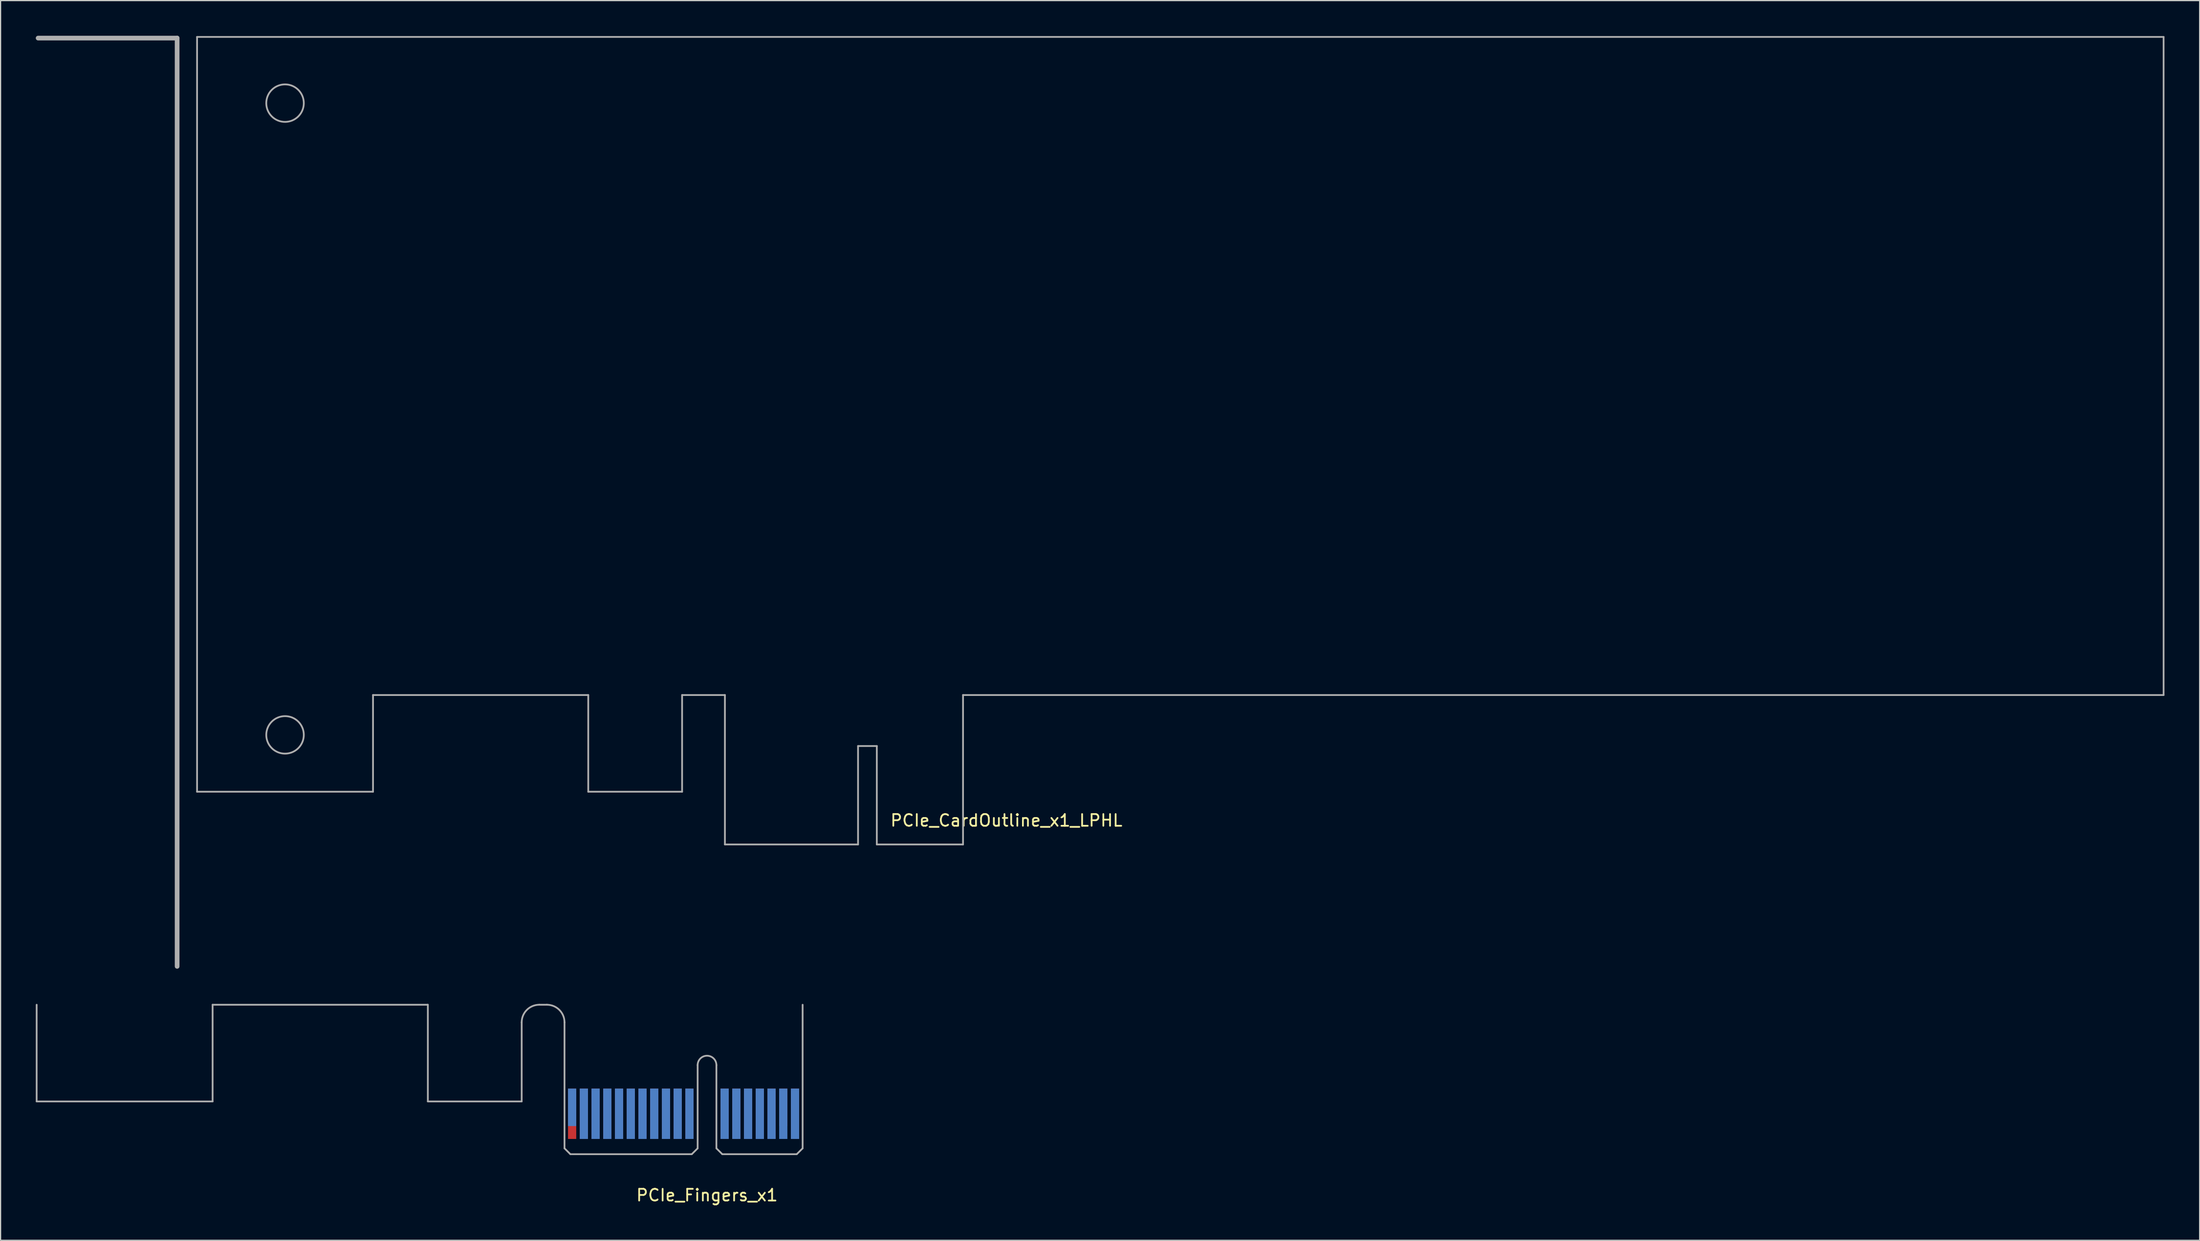
<source format=kicad_pcb>
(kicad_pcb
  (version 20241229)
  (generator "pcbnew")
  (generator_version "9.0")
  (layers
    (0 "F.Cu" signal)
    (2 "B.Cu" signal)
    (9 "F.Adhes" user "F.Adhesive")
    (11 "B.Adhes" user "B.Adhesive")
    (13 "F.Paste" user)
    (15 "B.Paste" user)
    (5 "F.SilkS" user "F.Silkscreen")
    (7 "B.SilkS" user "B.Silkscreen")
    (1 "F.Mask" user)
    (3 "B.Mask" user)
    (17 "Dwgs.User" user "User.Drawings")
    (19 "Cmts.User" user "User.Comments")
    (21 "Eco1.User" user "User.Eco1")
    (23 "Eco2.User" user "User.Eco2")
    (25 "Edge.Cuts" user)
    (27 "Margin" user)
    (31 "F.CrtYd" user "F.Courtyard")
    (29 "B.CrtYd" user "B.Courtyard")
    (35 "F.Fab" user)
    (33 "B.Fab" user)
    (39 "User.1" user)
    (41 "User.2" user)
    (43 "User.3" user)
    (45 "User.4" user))
  (footprint "PCIe_Fingers_x1"
    (layer "F.Cu")
    (at 57.225 95.425)
    (property "Reference" "PCIe_Fingers_x1" (at 0 3.5 0) (layer "F.SilkS") (effects (font (size 1 1) (thickness 0.15))))
    (attr through_hole)
    (fp_line (start -57.15 -4.5) (end -57.15 -12.75) (stroke (width 0.15) (type solid)) (layer "F.Fab"))
    (fp_line (start -57.15 -4.5) (end -42.15 -4.5) (stroke (width 0.15) (type solid)) (layer "F.Fab"))
    (fp_line (start -42.15 -12.75) (end -23.8 -12.75) (stroke (width 0.15) (type solid)) (layer "F.Fab"))
    (fp_line (start -42.15 -4.5) (end -42.15 -12.75) (stroke (width 0.15) (type solid)) (layer "F.Fab"))
    (fp_line (start -23.8 -12.75) (end -23.8 -4.5) (stroke (width 0.15) (type solid)) (layer "F.Fab"))
    (fp_line (start -23.8 -4.5) (end -15.8 -4.5) (stroke (width 0.15) (type solid)) (layer "F.Fab"))
    (fp_line (start -15.8 -4.5) (end -15.8 -11.25) (stroke (width 0.15) (type solid)) (layer "F.Fab"))
    (fp_line (start -14.3 -12.75) (end -13.65 -12.75) (stroke (width 0.15) (type solid)) (layer "F.Fab"))
    (fp_line (start -12.15 -11.25) (end -12.15 -0.5) (stroke (width 0.15) (type solid)) (layer "F.Fab"))
    (fp_line (start -12.15 -0.5) (end -11.65 0) (stroke (width 0.15) (type solid)) (layer "F.Fab"))
    (fp_line (start -11.65 0) (end -1.3 0) (stroke (width 0.15) (type solid)) (layer "F.Fab"))
    (fp_line (start -0.8 -7.6) (end -0.8 -0.5) (stroke (width 0.15) (type solid)) (layer "F.Fab"))
    (fp_line (start -0.8 -0.5) (end -1.3 0) (stroke (width 0.15) (type solid)) (layer "F.Fab"))
    (fp_line (start 0.8 -7.6) (end 0.8 -0.5) (stroke (width 0.15) (type solid)) (layer "F.Fab"))
    (fp_line (start 0.8 -0.5) (end 1.3 0) (stroke (width 0.15) (type solid)) (layer "F.Fab"))
    (fp_line (start 1.3 0) (end 7.65 0) (stroke (width 0.15) (type solid)) (layer "F.Fab"))
    (fp_line (start 7.65 0) (end 8.15 -0.5) (stroke (width 0.15) (type solid)) (layer "F.Fab"))
    (fp_line (start 8.15 -0.5) (end 8.15 -12.75) (stroke (width 0.15) (type solid)) (layer "F.Fab"))
    (fp_arc (start -15.8 -11.25) (mid -15.36066 -12.31066) (end -14.3 -12.75) (stroke (width 0.15) (type solid)) (layer "F.Fab"))
    (fp_arc (start -13.65 -12.75) (mid -12.58934 -12.31066) (end -12.15 -11.25) (stroke (width 0.15) (type solid)) (layer "F.Fab"))
    (fp_arc (start -0.8 -7.6) (mid 0 -8.4) (end 0.8 -7.6) (stroke (width 0.15) (type solid)) (layer "F.Fab"))
    (pad "" smd rect (at -2 -2.8) (size 20.3 5.6) (layers "*.Mask"))
    (pad "A1" smd rect (at -11.5 -4) (size 0.7 3.2) (layers "F.Mask" "B.Cu" "F.Paste"))
    (pad "A2" smd rect (at -10.5 -3.45) (size 0.7 4.3) (layers "F.Mask" "B.Cu" "F.Paste"))
    (pad "A3" smd rect (at -9.5 -3.45) (size 0.7 4.3) (layers "F.Mask" "B.Cu" "F.Paste"))
    (pad "A4" smd rect (at -8.5 -3.45) (size 0.7 4.3) (layers "F.Mask" "B.Cu" "F.Paste"))
    (pad "A5" smd rect (at -7.5 -3.45) (size 0.7 4.3) (layers "F.Mask" "B.Cu" "F.Paste"))
    (pad "A6" smd rect (at -6.5 -3.45) (size 0.7 4.3) (layers "F.Mask" "B.Cu" "F.Paste"))
    (pad "A7" smd rect (at -5.5 -3.45) (size 0.7 4.3) (layers "F.Mask" "B.Cu" "F.Paste"))
    (pad "A8" smd rect (at -4.5 -3.45) (size 0.7 4.3) (layers "F.Mask" "B.Cu" "F.Paste"))
    (pad "A9" smd rect (at -3.5 -3.45) (size 0.7 4.3) (layers "F.Mask" "B.Cu" "F.Paste"))
    (pad "A10" smd rect (at -2.5 -3.45) (size 0.7 4.3) (layers "F.Mask" "B.Cu" "F.Paste"))
    (pad "A11" smd rect (at -1.5 -3.45) (size 0.7 4.3) (layers "F.Mask" "B.Cu" "F.Paste"))
    (pad "A12" smd rect (at 1.5 -3.45) (size 0.7 4.3) (layers "F.Mask" "B.Cu" "F.Paste"))
    (pad "A13" smd rect (at 2.5 -3.45) (size 0.7 4.3) (layers "F.Mask" "B.Cu" "F.Paste"))
    (pad "A14" smd rect (at 3.5 -3.45) (size 0.7 4.3) (layers "F.Mask" "B.Cu" "F.Paste"))
    (pad "A15" smd rect (at 4.5 -3.45) (size 0.7 4.3) (layers "F.Mask" "B.Cu" "F.Paste"))
    (pad "A16" smd rect (at 5.5 -3.45) (size 0.7 4.3) (layers "F.Mask" "B.Cu" "F.Paste"))
    (pad "A17" smd rect (at 6.5 -3.45) (size 0.7 4.3) (layers "F.Mask" "B.Cu" "F.Paste"))
    (pad "A18" smd rect (at 7.5 -3.45) (size 0.7 4.3) (layers "F.Mask" "B.Cu" "F.Paste"))
    (pad "B1" smd rect (at -11.5 -3.45) (size 0.7 4.3) (layers "F.Cu" "F.Mask" "F.Paste"))
    (pad "B2" smd rect (at -10.5 -3.45) (size 0.7 4.3) (layers "F.Cu" "F.Mask" "F.Paste"))
    (pad "B3" smd rect (at -9.5 -3.45) (size 0.7 4.3) (layers "F.Cu" "F.Mask" "F.Paste"))
    (pad "B4" smd rect (at -8.5 -3.45) (size 0.7 4.3) (layers "F.Cu" "F.Mask" "F.Paste"))
    (pad "B5" smd rect (at -7.5 -3.45) (size 0.7 4.3) (layers "F.Cu" "F.Mask" "F.Paste"))
    (pad "B6" smd rect (at -6.5 -3.45) (size 0.7 4.3) (layers "F.Cu" "F.Mask" "F.Paste"))
    (pad "B7" smd rect (at -5.5 -3.45) (size 0.7 4.3) (layers "F.Cu" "F.Mask" "F.Paste"))
    (pad "B8" smd rect (at -4.5 -3.45) (size 0.7 4.3) (layers "F.Cu" "F.Mask" "F.Paste"))
    (pad "B9" smd rect (at -3.5 -3.45) (size 0.7 4.3) (layers "F.Cu" "F.Mask" "F.Paste"))
    (pad "B10" smd rect (at -2.5 -3.45) (size 0.7 4.3) (layers "F.Cu" "F.Mask" "F.Paste"))
    (pad "B11" smd rect (at -1.5 -3.45) (size 0.7 4.3) (layers "F.Cu" "F.Mask" "F.Paste"))
    (pad "B12" smd rect (at 1.5 -3.45) (size 0.7 4.3) (layers "F.Cu" "F.Mask" "F.Paste"))
    (pad "B13" smd rect (at 2.5 -3.45) (size 0.7 4.3) (layers "F.Cu" "F.Mask" "F.Paste"))
    (pad "B14" smd rect (at 3.5 -3.45) (size 0.7 4.3) (layers "F.Cu" "F.Mask" "F.Paste"))
    (pad "B15" smd rect (at 4.5 -3.45) (size 0.7 4.3) (layers "F.Cu" "F.Mask" "F.Paste"))
    (pad "B16" smd rect (at 5.5 -3.45) (size 0.7 4.3) (layers "F.Cu" "F.Mask" "F.Paste"))
    (pad "B17" smd rect (at 6.5 -4) (size 0.7 3.2) (layers "F.Cu" "F.Mask" "F.Paste"))
    (pad "B18" smd rect (at 7.5 -3.45) (size 0.7 4.3) (layers "F.Cu" "F.Mask" "F.Paste")))
  (footprint "PCIe_CardOutline_x1_LPHL"
    (layer "F.Cu")
    (at 70.9 69)
    (property "Reference" "PCIe_CardOutline_x1_LPHL" (at 11.85 -2.05 0) (layer "F.SilkS") (effects (font (size 1 1) (thickness 0.15))))
    (attr through_hole)
    (fp_line (start -58.85 -68.8) (end -70.7 -68.8) (stroke (width 0.4) (type solid)) (layer "F.Fab"))
    (fp_line (start -58.85 -68.8) (end -58.85 10.4) (stroke (width 0.4) (type solid)) (layer "F.Fab"))
    (fp_line (start -57.15 -4.5) (end -57.15 -68.9) (stroke (width 0.15) (type solid)) (layer "F.Fab"))
    (fp_line (start -42.15 -12.75) (end -42.15 -4.5) (stroke (width 0.15) (type solid)) (layer "F.Fab"))
    (fp_line (start -42.15 -4.5) (end -57.15 -4.5) (stroke (width 0.15) (type solid)) (layer "F.Fab"))
    (fp_line (start -23.8 -12.75) (end -42.15 -12.75) (stroke (width 0.15) (type solid)) (layer "F.Fab"))
    (fp_line (start -23.8 -4.5) (end -23.8 -12.75) (stroke (width 0.15) (type solid)) (layer "F.Fab"))
    (fp_line (start -15.8 -12.75) (end -15.8 -4.5) (stroke (width 0.15) (type solid)) (layer "F.Fab"))
    (fp_line (start -15.8 -4.5) (end -23.8 -4.5) (stroke (width 0.15) (type solid)) (layer "F.Fab"))
    (fp_line (start -12.15 -12.75) (end -15.8 -12.75) (stroke (width 0.15) (type solid)) (layer "F.Fab"))
    (fp_line (start -12.15 0) (end -12.15 -12.75) (stroke (width 0.15) (type solid)) (layer "F.Fab"))
    (fp_line (start -0.8 -8.4) (end -0.8 0) (stroke (width 0.15) (type solid)) (layer "F.Fab"))
    (fp_line (start -0.8 -8.4) (end 0.8 -8.4) (stroke (width 0.15) (type solid)) (layer "F.Fab"))
    (fp_line (start -0.8 0) (end -12.15 0) (stroke (width 0.15) (type solid)) (layer "F.Fab"))
    (fp_line (start 0.8 0) (end 0.8 -8.4) (stroke (width 0.15) (type solid)) (layer "F.Fab"))
    (fp_line (start 0.8 0) (end 8.15 0) (stroke (width 0.15) (type solid)) (layer "F.Fab"))
    (fp_line (start 8.15 -12.75) (end 110.5 -12.75) (stroke (width 0.15) (type solid)) (layer "F.Fab"))
    (fp_line (start 8.15 0) (end 8.15 -12.75) (stroke (width 0.15) (type solid)) (layer "F.Fab"))
    (fp_line (start 110.5 -68.9) (end -57.15 -68.9) (stroke (width 0.15) (type solid)) (layer "F.Fab"))
    (fp_line (start 110.5 -12.75) (end 110.5 -68.9) (stroke (width 0.15) (type solid)) (layer "F.Fab"))
    (fp_circle (center -49.65 -63.25) (end -49.65 -64.85) (stroke (width 0.15) (type solid)) (fill no) (layer "F.Fab"))
    (fp_circle (center -49.65 -9.35) (end -49.65 -10.95) (stroke (width 0.15) (type solid)) (fill no) (layer "F.Fab")))
  (gr_rect
    (start -3 -3)
    (end 184.475 102.773)
    (stroke (width 0.1) (type default))
    (fill no)
    (layer "Edge.Cuts")))
</source>
